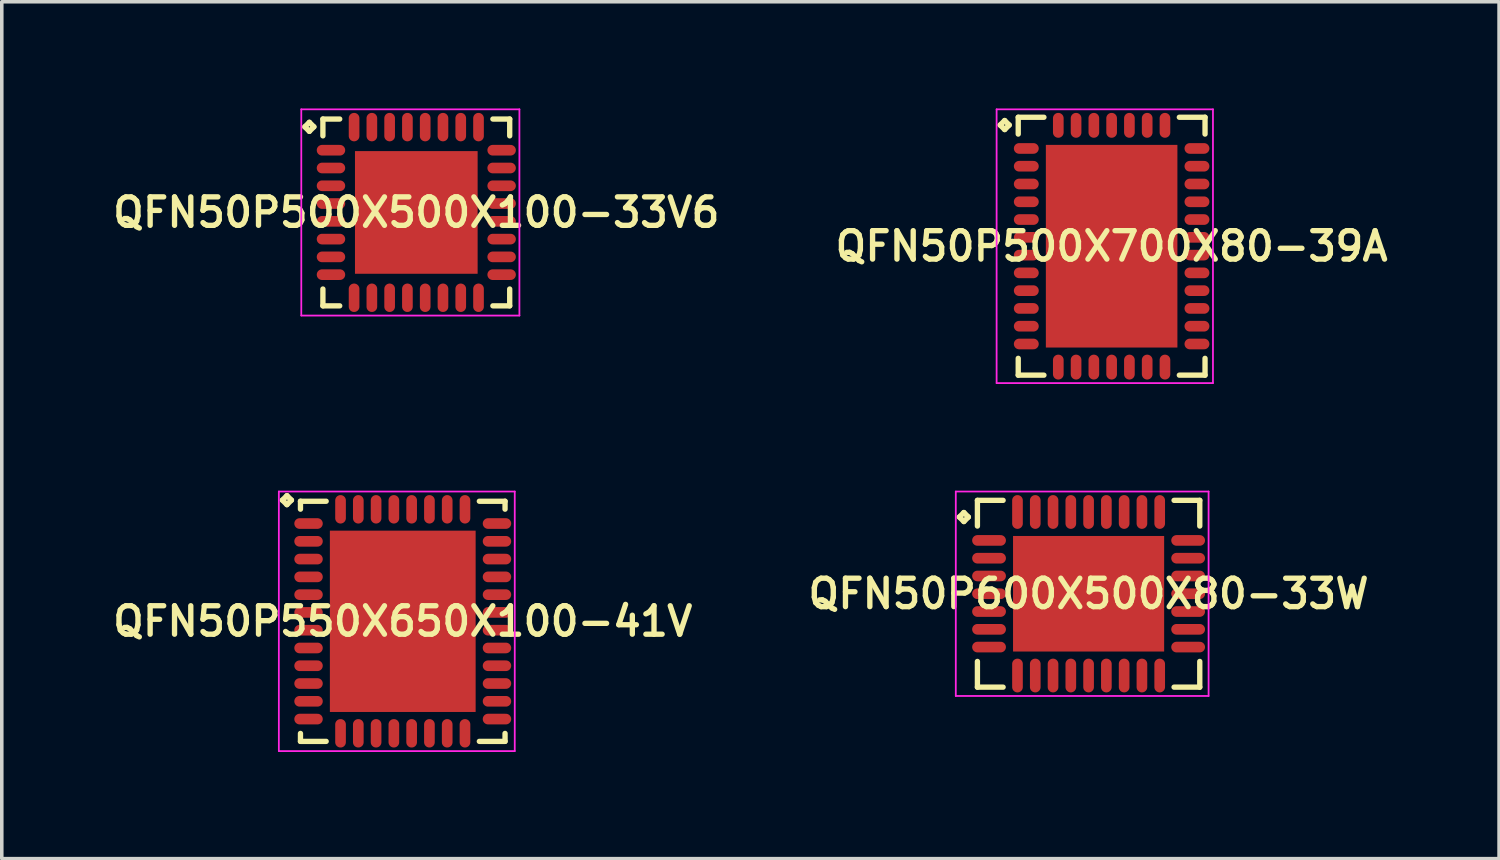
<source format=kicad_pcb>
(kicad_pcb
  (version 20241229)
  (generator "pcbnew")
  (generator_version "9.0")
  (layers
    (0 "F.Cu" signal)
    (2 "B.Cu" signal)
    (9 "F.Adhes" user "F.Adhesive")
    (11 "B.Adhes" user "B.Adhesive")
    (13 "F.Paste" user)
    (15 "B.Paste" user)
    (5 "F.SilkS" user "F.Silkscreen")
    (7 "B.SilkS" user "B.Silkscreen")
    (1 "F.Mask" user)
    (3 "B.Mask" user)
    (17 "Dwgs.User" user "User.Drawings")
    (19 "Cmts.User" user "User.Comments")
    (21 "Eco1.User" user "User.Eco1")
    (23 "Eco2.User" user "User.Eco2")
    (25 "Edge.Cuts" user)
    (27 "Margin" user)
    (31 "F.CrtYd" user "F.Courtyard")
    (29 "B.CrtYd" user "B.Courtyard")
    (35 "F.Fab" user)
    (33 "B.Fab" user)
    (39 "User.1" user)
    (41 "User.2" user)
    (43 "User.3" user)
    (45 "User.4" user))
  (footprint "QFN50P600X500X80-33W"
    (layer "F.Cu")
    (at 27.568 13.65)
    (property "Reference" "QFN50P600X500X80-33W" (at 0 0 0) (layer "F.SilkS") (effects (font (size 0.8 0.8) (thickness 0.15))))
    (attr smd)
    (fp_line (start -3.635 -2.158) (end -3.508 -2.285) (stroke (width 0.15) (type solid)) (layer "F.SilkS"))
    (fp_line (start -3.508 -2.285) (end -3.381 -2.158) (stroke (width 0.15) (type solid)) (layer "F.SilkS"))
    (fp_line (start -3.508 -2.031) (end -3.635 -2.158) (stroke (width 0.15) (type solid)) (layer "F.SilkS"))
    (fp_line (start -3.381 -2.158) (end -3.508 -2.031) (stroke (width 0.15) (type solid)) (layer "F.SilkS"))
    (fp_line (start -3.127 -2.627) (end -2.404 -2.627) (stroke (width 0.15) (type solid)) (layer "F.SilkS"))
    (fp_line (start -3.127 -1.904) (end -3.127 -2.627) (stroke (width 0.15) (type solid)) (layer "F.SilkS"))
    (fp_line (start -3.127 1.904) (end -3.127 2.627) (stroke (width 0.15) (type solid)) (layer "F.SilkS"))
    (fp_line (start -3.127 2.627) (end -2.404 2.627) (stroke (width 0.15) (type solid)) (layer "F.SilkS"))
    (fp_line (start 2.404 -2.627) (end 3.127 -2.627) (stroke (width 0.15) (type solid)) (layer "F.SilkS"))
    (fp_line (start 2.404 2.627) (end 3.127 2.627) (stroke (width 0.15) (type solid)) (layer "F.SilkS"))
    (fp_line (start 3.127 -2.627) (end 3.127 -1.904) (stroke (width 0.15) (type solid)) (layer "F.SilkS"))
    (fp_line (start 3.127 2.627) (end 3.127 1.904) (stroke (width 0.15) (type solid)) (layer "F.SilkS"))
    (fp_line (start -3.735 -2.875) (end 3.375 -2.875) (stroke (width 0.05) (type solid)) (layer "F.CrtYd"))
    (fp_line (start -3.735 2.875) (end -3.735 -2.875) (stroke (width 0.05) (type solid)) (layer "F.CrtYd"))
    (fp_line (start 3.375 -2.875) (end 3.375 2.875) (stroke (width 0.05) (type solid)) (layer "F.CrtYd"))
    (fp_line (start 3.375 2.875) (end -3.735 2.875) (stroke (width 0.05) (type solid)) (layer "F.CrtYd"))
    (pad "1" smd oval (at -2.8 -1.5) (size 0.95 0.3) (layers "F.Cu" "F.Mask" "F.Paste"))
    (pad "2" smd oval (at -2.8 -1) (size 0.95 0.3) (layers "F.Cu" "F.Mask" "F.Paste"))
    (pad "3" smd oval (at -2.8 -0.5) (size 0.95 0.3) (layers "F.Cu" "F.Mask" "F.Paste"))
    (pad "4" smd oval (at -2.8 0) (size 0.95 0.3) (layers "F.Cu" "F.Mask" "F.Paste"))
    (pad "5" smd oval (at -2.8 0.5) (size 0.95 0.3) (layers "F.Cu" "F.Mask" "F.Paste"))
    (pad "6" smd oval (at -2.8 1) (size 0.95 0.3) (layers "F.Cu" "F.Mask" "F.Paste"))
    (pad "7" smd oval (at -2.8 1.5) (size 0.95 0.3) (layers "F.Cu" "F.Mask" "F.Paste"))
    (pad "8" smd oval (at -2 2.3) (size 0.3 0.95) (layers "F.Cu" "F.Mask" "F.Paste"))
    (pad "9" smd oval (at -1.5 2.3) (size 0.3 0.95) (layers "F.Cu" "F.Mask" "F.Paste"))
    (pad "10" smd oval (at -1 2.3) (size 0.3 0.95) (layers "F.Cu" "F.Mask" "F.Paste"))
    (pad "11" smd oval (at -0.5 2.3) (size 0.3 0.95) (layers "F.Cu" "F.Mask" "F.Paste"))
    (pad "12" smd oval (at 0 2.3) (size 0.3 0.95) (layers "F.Cu" "F.Mask" "F.Paste"))
    (pad "13" smd oval (at 0.5 2.3) (size 0.3 0.95) (layers "F.Cu" "F.Mask" "F.Paste"))
    (pad "14" smd oval (at 1 2.3) (size 0.3 0.95) (layers "F.Cu" "F.Mask" "F.Paste"))
    (pad "15" smd oval (at 1.5 2.3) (size 0.3 0.95) (layers "F.Cu" "F.Mask" "F.Paste"))
    (pad "16" smd oval (at 2 2.3) (size 0.3 0.95) (layers "F.Cu" "F.Mask" "F.Paste"))
    (pad "17" smd oval (at 2.8 1.5) (size 0.95 0.3) (layers "F.Cu" "F.Mask" "F.Paste"))
    (pad "18" smd oval (at 2.8 1) (size 0.95 0.3) (layers "F.Cu" "F.Mask" "F.Paste"))
    (pad "19" smd oval (at 2.8 0.5) (size 0.95 0.3) (layers "F.Cu" "F.Mask" "F.Paste"))
    (pad "20" smd oval (at 2.8 0) (size 0.95 0.3) (layers "F.Cu" "F.Mask" "F.Paste"))
    (pad "21" smd oval (at 2.8 -0.5) (size 0.95 0.3) (layers "F.Cu" "F.Mask" "F.Paste"))
    (pad "22" smd oval (at 2.8 -1) (size 0.95 0.3) (layers "F.Cu" "F.Mask" "F.Paste"))
    (pad "23" smd oval (at 2.8 -1.5) (size 0.95 0.3) (layers "F.Cu" "F.Mask" "F.Paste"))
    (pad "24" smd oval (at 2 -2.3) (size 0.3 0.95) (layers "F.Cu" "F.Mask" "F.Paste"))
    (pad "25" smd oval (at 1.5 -2.3) (size 0.3 0.95) (layers "F.Cu" "F.Mask" "F.Paste"))
    (pad "26" smd oval (at 1 -2.3) (size 0.3 0.95) (layers "F.Cu" "F.Mask" "F.Paste"))
    (pad "27" smd oval (at 0.5 -2.3) (size 0.3 0.95) (layers "F.Cu" "F.Mask" "F.Paste"))
    (pad "28" smd oval (at 0 -2.3) (size 0.3 0.95) (layers "F.Cu" "F.Mask" "F.Paste"))
    (pad "29" smd oval (at -0.5 -2.3) (size 0.3 0.95) (layers "F.Cu" "F.Mask" "F.Paste"))
    (pad "30" smd oval (at -1 -2.3) (size 0.3 0.95) (layers "F.Cu" "F.Mask" "F.Paste"))
    (pad "31" smd oval (at -1.5 -2.3) (size 0.3 0.95) (layers "F.Cu" "F.Mask" "F.Paste"))
    (pad "32" smd oval (at -2 -2.3) (size 0.3 0.95) (layers "F.Cu" "F.Mask" "F.Paste"))
    (pad "33" smd rect (at 0 0) (size 4.25 3.25) (layers "F.Cu" "F.Mask" "F.Paste")))
  (footprint "QFN50P500X500X100-33V6"
    (layer "F.Cu")
    (at 8.659 2.925)
    (property "Reference" "QFN50P500X500X100-33V6" (at 0 0 0) (layer "F.SilkS") (effects (font (size 0.8 0.8) (thickness 0.15))))
    (attr smd)
    (fp_line (start -3.135 -2.408) (end -3.008 -2.535) (stroke (width 0.15) (type solid)) (layer "F.SilkS"))
    (fp_line (start -3.008 -2.535) (end -2.881 -2.408) (stroke (width 0.15) (type solid)) (layer "F.SilkS"))
    (fp_line (start -3.008 -2.281) (end -3.135 -2.408) (stroke (width 0.15) (type solid)) (layer "F.SilkS"))
    (fp_line (start -2.881 -2.408) (end -3.008 -2.281) (stroke (width 0.15) (type solid)) (layer "F.SilkS"))
    (fp_line (start -2.627 -2.627) (end -2.154 -2.627) (stroke (width 0.15) (type solid)) (layer "F.SilkS"))
    (fp_line (start -2.627 -2.154) (end -2.627 -2.627) (stroke (width 0.15) (type solid)) (layer "F.SilkS"))
    (fp_line (start -2.627 2.154) (end -2.627 2.627) (stroke (width 0.15) (type solid)) (layer "F.SilkS"))
    (fp_line (start -2.627 2.627) (end -2.154 2.627) (stroke (width 0.15) (type solid)) (layer "F.SilkS"))
    (fp_line (start 2.154 -2.627) (end 2.627 -2.627) (stroke (width 0.15) (type solid)) (layer "F.SilkS"))
    (fp_line (start 2.154 2.627) (end 2.627 2.627) (stroke (width 0.15) (type solid)) (layer "F.SilkS"))
    (fp_line (start 2.627 -2.627) (end 2.627 -2.154) (stroke (width 0.15) (type solid)) (layer "F.SilkS"))
    (fp_line (start 2.627 2.627) (end 2.627 2.154) (stroke (width 0.15) (type solid)) (layer "F.SilkS"))
    (fp_line (start -3.235 -2.9) (end 2.9 -2.9) (stroke (width 0.05) (type solid)) (layer "F.CrtYd"))
    (fp_line (start -3.235 2.9) (end -3.235 -2.9) (stroke (width 0.05) (type solid)) (layer "F.CrtYd"))
    (fp_line (start 2.9 -2.9) (end 2.9 2.9) (stroke (width 0.05) (type solid)) (layer "F.CrtYd"))
    (fp_line (start 2.9 2.9) (end -3.235 2.9) (stroke (width 0.05) (type solid)) (layer "F.CrtYd"))
    (pad "1" smd oval (at -2.4 -1.75) (size 0.8 0.3) (layers "F.Cu" "F.Mask" "F.Paste"))
    (pad "2" smd oval (at -2.4 -1.25) (size 0.8 0.3) (layers "F.Cu" "F.Mask" "F.Paste"))
    (pad "3" smd oval (at -2.4 -0.75) (size 0.8 0.3) (layers "F.Cu" "F.Mask" "F.Paste"))
    (pad "4" smd oval (at -2.4 -0.25) (size 0.8 0.3) (layers "F.Cu" "F.Mask" "F.Paste"))
    (pad "5" smd oval (at -2.4 0.25) (size 0.8 0.3) (layers "F.Cu" "F.Mask" "F.Paste"))
    (pad "6" smd oval (at -2.4 0.75) (size 0.8 0.3) (layers "F.Cu" "F.Mask" "F.Paste"))
    (pad "7" smd oval (at -2.4 1.25) (size 0.8 0.3) (layers "F.Cu" "F.Mask" "F.Paste"))
    (pad "8" smd oval (at -2.4 1.75) (size 0.8 0.3) (layers "F.Cu" "F.Mask" "F.Paste"))
    (pad "9" smd oval (at -1.75 2.4) (size 0.3 0.8) (layers "F.Cu" "F.Mask" "F.Paste"))
    (pad "10" smd oval (at -1.25 2.4) (size 0.3 0.8) (layers "F.Cu" "F.Mask" "F.Paste"))
    (pad "11" smd oval (at -0.75 2.4) (size 0.3 0.8) (layers "F.Cu" "F.Mask" "F.Paste"))
    (pad "12" smd oval (at -0.25 2.4) (size 0.3 0.8) (layers "F.Cu" "F.Mask" "F.Paste"))
    (pad "13" smd oval (at 0.25 2.4) (size 0.3 0.8) (layers "F.Cu" "F.Mask" "F.Paste"))
    (pad "14" smd oval (at 0.75 2.4) (size 0.3 0.8) (layers "F.Cu" "F.Mask" "F.Paste"))
    (pad "15" smd oval (at 1.25 2.4) (size 0.3 0.8) (layers "F.Cu" "F.Mask" "F.Paste"))
    (pad "16" smd oval (at 1.75 2.4) (size 0.3 0.8) (layers "F.Cu" "F.Mask" "F.Paste"))
    (pad "17" smd oval (at 2.4 1.75) (size 0.8 0.3) (layers "F.Cu" "F.Mask" "F.Paste"))
    (pad "18" smd oval (at 2.4 1.25) (size 0.8 0.3) (layers "F.Cu" "F.Mask" "F.Paste"))
    (pad "19" smd oval (at 2.4 0.75) (size 0.8 0.3) (layers "F.Cu" "F.Mask" "F.Paste"))
    (pad "20" smd oval (at 2.4 0.25) (size 0.8 0.3) (layers "F.Cu" "F.Mask" "F.Paste"))
    (pad "21" smd oval (at 2.4 -0.25) (size 0.8 0.3) (layers "F.Cu" "F.Mask" "F.Paste"))
    (pad "22" smd oval (at 2.4 -0.75) (size 0.8 0.3) (layers "F.Cu" "F.Mask" "F.Paste"))
    (pad "23" smd oval (at 2.4 -1.25) (size 0.8 0.3) (layers "F.Cu" "F.Mask" "F.Paste"))
    (pad "24" smd oval (at 2.4 -1.75) (size 0.8 0.3) (layers "F.Cu" "F.Mask" "F.Paste"))
    (pad "25" smd oval (at 1.75 -2.4) (size 0.3 0.8) (layers "F.Cu" "F.Mask" "F.Paste"))
    (pad "26" smd oval (at 1.25 -2.4) (size 0.3 0.8) (layers "F.Cu" "F.Mask" "F.Paste"))
    (pad "27" smd oval (at 0.75 -2.4) (size 0.3 0.8) (layers "F.Cu" "F.Mask" "F.Paste"))
    (pad "28" smd oval (at 0.25 -2.4) (size 0.3 0.8) (layers "F.Cu" "F.Mask" "F.Paste"))
    (pad "29" smd oval (at -0.25 -2.4) (size 0.3 0.8) (layers "F.Cu" "F.Mask" "F.Paste"))
    (pad "30" smd oval (at -0.75 -2.4) (size 0.3 0.8) (layers "F.Cu" "F.Mask" "F.Paste"))
    (pad "31" smd oval (at -1.25 -2.4) (size 0.3 0.8) (layers "F.Cu" "F.Mask" "F.Paste"))
    (pad "32" smd oval (at -1.75 -2.4) (size 0.3 0.8) (layers "F.Cu" "F.Mask" "F.Paste"))
    (pad "33" smd rect (at 0 0) (size 3.45 3.45) (layers "F.Cu" "F.Mask" "F.Paste")))
  (footprint "QFN50P500X700X80-39A"
    (layer "F.Cu")
    (at 28.216 3.875)
    (property "Reference" "QFN50P500X700X80-39A" (at 0 0 0) (layer "F.SilkS") (effects (font (size 0.8 0.8) (thickness 0.15))))
    (attr smd)
    (fp_line (start -3.135 -3.408) (end -3.008 -3.535) (stroke (width 0.15) (type solid)) (layer "F.SilkS"))
    (fp_line (start -3.008 -3.535) (end -2.881 -3.408) (stroke (width 0.15) (type solid)) (layer "F.SilkS"))
    (fp_line (start -3.008 -3.281) (end -3.135 -3.408) (stroke (width 0.15) (type solid)) (layer "F.SilkS"))
    (fp_line (start -2.881 -3.408) (end -3.008 -3.281) (stroke (width 0.15) (type solid)) (layer "F.SilkS"))
    (fp_line (start -2.627 -3.627) (end -1.904 -3.627) (stroke (width 0.15) (type solid)) (layer "F.SilkS"))
    (fp_line (start -2.627 -3.154) (end -2.627 -3.627) (stroke (width 0.15) (type solid)) (layer "F.SilkS"))
    (fp_line (start -2.627 3.154) (end -2.627 3.627) (stroke (width 0.15) (type solid)) (layer "F.SilkS"))
    (fp_line (start -2.627 3.627) (end -1.904 3.627) (stroke (width 0.15) (type solid)) (layer "F.SilkS"))
    (fp_line (start 1.904 -3.627) (end 2.627 -3.627) (stroke (width 0.15) (type solid)) (layer "F.SilkS"))
    (fp_line (start 1.904 3.627) (end 2.627 3.627) (stroke (width 0.15) (type solid)) (layer "F.SilkS"))
    (fp_line (start 2.627 -3.627) (end 2.627 -3.154) (stroke (width 0.15) (type solid)) (layer "F.SilkS"))
    (fp_line (start 2.627 3.627) (end 2.627 3.154) (stroke (width 0.15) (type solid)) (layer "F.SilkS"))
    (fp_line (start -3.235 -3.85) (end 2.85 -3.85) (stroke (width 0.05) (type solid)) (layer "F.CrtYd"))
    (fp_line (start -3.235 3.85) (end -3.235 -3.85) (stroke (width 0.05) (type solid)) (layer "F.CrtYd"))
    (fp_line (start 2.85 -3.85) (end 2.85 3.85) (stroke (width 0.05) (type solid)) (layer "F.CrtYd"))
    (fp_line (start 2.85 3.85) (end -3.235 3.85) (stroke (width 0.05) (type solid)) (layer "F.CrtYd"))
    (pad "1" smd oval (at -2.4 -2.75) (size 0.7 0.3) (layers "F.Cu" "F.Mask" "F.Paste"))
    (pad "2" smd oval (at -2.4 -2.25) (size 0.7 0.3) (layers "F.Cu" "F.Mask" "F.Paste"))
    (pad "3" smd oval (at -2.4 -1.75) (size 0.7 0.3) (layers "F.Cu" "F.Mask" "F.Paste"))
    (pad "4" smd oval (at -2.4 -1.25) (size 0.7 0.3) (layers "F.Cu" "F.Mask" "F.Paste"))
    (pad "5" smd oval (at -2.4 -0.75) (size 0.7 0.3) (layers "F.Cu" "F.Mask" "F.Paste"))
    (pad "6" smd oval (at -2.4 -0.25) (size 0.7 0.3) (layers "F.Cu" "F.Mask" "F.Paste"))
    (pad "7" smd oval (at -2.4 0.25) (size 0.7 0.3) (layers "F.Cu" "F.Mask" "F.Paste"))
    (pad "8" smd oval (at -2.4 0.75) (size 0.7 0.3) (layers "F.Cu" "F.Mask" "F.Paste"))
    (pad "9" smd oval (at -2.4 1.25) (size 0.7 0.3) (layers "F.Cu" "F.Mask" "F.Paste"))
    (pad "10" smd oval (at -2.4 1.75) (size 0.7 0.3) (layers "F.Cu" "F.Mask" "F.Paste"))
    (pad "11" smd oval (at -2.4 2.25) (size 0.7 0.3) (layers "F.Cu" "F.Mask" "F.Paste"))
    (pad "12" smd oval (at -2.4 2.75) (size 0.7 0.3) (layers "F.Cu" "F.Mask" "F.Paste"))
    (pad "13" smd oval (at -1.5 3.4) (size 0.3 0.7) (layers "F.Cu" "F.Mask" "F.Paste"))
    (pad "14" smd oval (at -1 3.4) (size 0.3 0.7) (layers "F.Cu" "F.Mask" "F.Paste"))
    (pad "15" smd oval (at -0.5 3.4) (size 0.3 0.7) (layers "F.Cu" "F.Mask" "F.Paste"))
    (pad "16" smd oval (at 0 3.4) (size 0.3 0.7) (layers "F.Cu" "F.Mask" "F.Paste"))
    (pad "17" smd oval (at 0.5 3.4) (size 0.3 0.7) (layers "F.Cu" "F.Mask" "F.Paste"))
    (pad "18" smd oval (at 1 3.4) (size 0.3 0.7) (layers "F.Cu" "F.Mask" "F.Paste"))
    (pad "19" smd oval (at 1.5 3.4) (size 0.3 0.7) (layers "F.Cu" "F.Mask" "F.Paste"))
    (pad "20" smd oval (at 2.4 2.75) (size 0.7 0.3) (layers "F.Cu" "F.Mask" "F.Paste"))
    (pad "21" smd oval (at 2.4 2.25) (size 0.7 0.3) (layers "F.Cu" "F.Mask" "F.Paste"))
    (pad "22" smd oval (at 2.4 1.75) (size 0.7 0.3) (layers "F.Cu" "F.Mask" "F.Paste"))
    (pad "23" smd oval (at 2.4 1.25) (size 0.7 0.3) (layers "F.Cu" "F.Mask" "F.Paste"))
    (pad "24" smd oval (at 2.4 0.75) (size 0.7 0.3) (layers "F.Cu" "F.Mask" "F.Paste"))
    (pad "25" smd oval (at 2.4 0.25) (size 0.7 0.3) (layers "F.Cu" "F.Mask" "F.Paste"))
    (pad "26" smd oval (at 2.4 -0.25) (size 0.7 0.3) (layers "F.Cu" "F.Mask" "F.Paste"))
    (pad "27" smd oval (at 2.4 -0.75) (size 0.7 0.3) (layers "F.Cu" "F.Mask" "F.Paste"))
    (pad "28" smd oval (at 2.4 -1.25) (size 0.7 0.3) (layers "F.Cu" "F.Mask" "F.Paste"))
    (pad "29" smd oval (at 2.4 -1.75) (size 0.7 0.3) (layers "F.Cu" "F.Mask" "F.Paste"))
    (pad "30" smd oval (at 2.4 -2.25) (size 0.7 0.3) (layers "F.Cu" "F.Mask" "F.Paste"))
    (pad "31" smd oval (at 2.4 -2.75) (size 0.7 0.3) (layers "F.Cu" "F.Mask" "F.Paste"))
    (pad "32" smd oval (at 1.5 -3.4) (size 0.3 0.7) (layers "F.Cu" "F.Mask" "F.Paste"))
    (pad "33" smd oval (at 1 -3.4) (size 0.3 0.7) (layers "F.Cu" "F.Mask" "F.Paste"))
    (pad "34" smd oval (at 0.5 -3.4) (size 0.3 0.7) (layers "F.Cu" "F.Mask" "F.Paste"))
    (pad "35" smd oval (at 0 -3.4) (size 0.3 0.7) (layers "F.Cu" "F.Mask" "F.Paste"))
    (pad "36" smd oval (at -0.5 -3.4) (size 0.3 0.7) (layers "F.Cu" "F.Mask" "F.Paste"))
    (pad "37" smd oval (at -1 -3.4) (size 0.3 0.7) (layers "F.Cu" "F.Mask" "F.Paste"))
    (pad "38" smd oval (at -1.5 -3.4) (size 0.3 0.7) (layers "F.Cu" "F.Mask" "F.Paste"))
    (pad "39" smd rect (at 0 0) (size 3.7 5.7) (layers "F.Cu" "F.Mask" "F.Paste")))
  (footprint "QFN50P550X650X100-41V"
    (layer "F.Cu")
    (at 8.278 14.425)
    (property "Reference" "QFN50P550X650X100-41V" (at 0 0 0) (layer "F.SilkS") (effects (font (size 0.8 0.8) (thickness 0.15))))
    (attr smd)
    (fp_line (start -3.385 -3.408) (end -3.258 -3.535) (stroke (width 0.15) (type solid)) (layer "F.SilkS"))
    (fp_line (start -3.258 -3.535) (end -3.131 -3.408) (stroke (width 0.15) (type solid)) (layer "F.SilkS"))
    (fp_line (start -3.258 -3.281) (end -3.385 -3.408) (stroke (width 0.15) (type solid)) (layer "F.SilkS"))
    (fp_line (start -3.131 -3.408) (end -3.258 -3.281) (stroke (width 0.15) (type solid)) (layer "F.SilkS"))
    (fp_line (start -2.877 -3.377) (end -2.154 -3.377) (stroke (width 0.15) (type solid)) (layer "F.SilkS"))
    (fp_line (start -2.877 -3.154) (end -2.877 -3.377) (stroke (width 0.15) (type solid)) (layer "F.SilkS"))
    (fp_line (start -2.877 3.154) (end -2.877 3.377) (stroke (width 0.15) (type solid)) (layer "F.SilkS"))
    (fp_line (start -2.877 3.377) (end -2.154 3.377) (stroke (width 0.15) (type solid)) (layer "F.SilkS"))
    (fp_line (start 2.154 -3.377) (end 2.877 -3.377) (stroke (width 0.15) (type solid)) (layer "F.SilkS"))
    (fp_line (start 2.154 3.377) (end 2.877 3.377) (stroke (width 0.15) (type solid)) (layer "F.SilkS"))
    (fp_line (start 2.877 -3.377) (end 2.877 -3.154) (stroke (width 0.15) (type solid)) (layer "F.SilkS"))
    (fp_line (start 2.877 3.377) (end 2.877 3.154) (stroke (width 0.15) (type solid)) (layer "F.SilkS"))
    (fp_line (start -3.485 -3.65) (end 3.15 -3.65) (stroke (width 0.05) (type solid)) (layer "F.CrtYd"))
    (fp_line (start -3.485 3.65) (end -3.485 -3.65) (stroke (width 0.05) (type solid)) (layer "F.CrtYd"))
    (fp_line (start 3.15 -3.65) (end 3.15 3.65) (stroke (width 0.05) (type solid)) (layer "F.CrtYd"))
    (fp_line (start 3.15 3.65) (end -3.485 3.65) (stroke (width 0.05) (type solid)) (layer "F.CrtYd"))
    (pad "1" smd oval (at -2.65 -2.75) (size 0.8 0.3) (layers "F.Cu" "F.Mask" "F.Paste"))
    (pad "2" smd oval (at -2.65 -2.25) (size 0.8 0.3) (layers "F.Cu" "F.Mask" "F.Paste"))
    (pad "3" smd oval (at -2.65 -1.75) (size 0.8 0.3) (layers "F.Cu" "F.Mask" "F.Paste"))
    (pad "4" smd oval (at -2.65 -1.25) (size 0.8 0.3) (layers "F.Cu" "F.Mask" "F.Paste"))
    (pad "5" smd oval (at -2.65 -0.75) (size 0.8 0.3) (layers "F.Cu" "F.Mask" "F.Paste"))
    (pad "6" smd oval (at -2.65 -0.25) (size 0.8 0.3) (layers "F.Cu" "F.Mask" "F.Paste"))
    (pad "7" smd oval (at -2.65 0.25) (size 0.8 0.3) (layers "F.Cu" "F.Mask" "F.Paste"))
    (pad "8" smd oval (at -2.65 0.75) (size 0.8 0.3) (layers "F.Cu" "F.Mask" "F.Paste"))
    (pad "9" smd oval (at -2.65 1.25) (size 0.8 0.3) (layers "F.Cu" "F.Mask" "F.Paste"))
    (pad "10" smd oval (at -2.65 1.75) (size 0.8 0.3) (layers "F.Cu" "F.Mask" "F.Paste"))
    (pad "11" smd oval (at -2.65 2.25) (size 0.8 0.3) (layers "F.Cu" "F.Mask" "F.Paste"))
    (pad "12" smd oval (at -2.65 2.75) (size 0.8 0.3) (layers "F.Cu" "F.Mask" "F.Paste"))
    (pad "13" smd oval (at -1.75 3.15) (size 0.3 0.8) (layers "F.Cu" "F.Mask" "F.Paste"))
    (pad "14" smd oval (at -1.25 3.15) (size 0.3 0.8) (layers "F.Cu" "F.Mask" "F.Paste"))
    (pad "15" smd oval (at -0.75 3.15) (size 0.3 0.8) (layers "F.Cu" "F.Mask" "F.Paste"))
    (pad "16" smd oval (at -0.25 3.15) (size 0.3 0.8) (layers "F.Cu" "F.Mask" "F.Paste"))
    (pad "17" smd oval (at 0.25 3.15) (size 0.3 0.8) (layers "F.Cu" "F.Mask" "F.Paste"))
    (pad "18" smd oval (at 0.75 3.15) (size 0.3 0.8) (layers "F.Cu" "F.Mask" "F.Paste"))
    (pad "19" smd oval (at 1.25 3.15) (size 0.3 0.8) (layers "F.Cu" "F.Mask" "F.Paste"))
    (pad "20" smd oval (at 1.75 3.15) (size 0.3 0.8) (layers "F.Cu" "F.Mask" "F.Paste"))
    (pad "21" smd oval (at 2.65 2.75) (size 0.8 0.3) (layers "F.Cu" "F.Mask" "F.Paste"))
    (pad "22" smd oval (at 2.65 2.25) (size 0.8 0.3) (layers "F.Cu" "F.Mask" "F.Paste"))
    (pad "23" smd oval (at 2.65 1.75) (size 0.8 0.3) (layers "F.Cu" "F.Mask" "F.Paste"))
    (pad "24" smd oval (at 2.65 1.25) (size 0.8 0.3) (layers "F.Cu" "F.Mask" "F.Paste"))
    (pad "25" smd oval (at 2.65 0.75) (size 0.8 0.3) (layers "F.Cu" "F.Mask" "F.Paste"))
    (pad "26" smd oval (at 2.65 0.25) (size 0.8 0.3) (layers "F.Cu" "F.Mask" "F.Paste"))
    (pad "27" smd oval (at 2.65 -0.25) (size 0.8 0.3) (layers "F.Cu" "F.Mask" "F.Paste"))
    (pad "28" smd oval (at 2.65 -0.75) (size 0.8 0.3) (layers "F.Cu" "F.Mask" "F.Paste"))
    (pad "29" smd oval (at 2.65 -1.25) (size 0.8 0.3) (layers "F.Cu" "F.Mask" "F.Paste"))
    (pad "30" smd oval (at 2.65 -1.75) (size 0.8 0.3) (layers "F.Cu" "F.Mask" "F.Paste"))
    (pad "31" smd oval (at 2.65 -2.25) (size 0.8 0.3) (layers "F.Cu" "F.Mask" "F.Paste"))
    (pad "32" smd oval (at 2.65 -2.75) (size 0.8 0.3) (layers "F.Cu" "F.Mask" "F.Paste"))
    (pad "33" smd oval (at 1.75 -3.15) (size 0.3 0.8) (layers "F.Cu" "F.Mask" "F.Paste"))
    (pad "34" smd oval (at 1.25 -3.15) (size 0.3 0.8) (layers "F.Cu" "F.Mask" "F.Paste"))
    (pad "35" smd oval (at 0.75 -3.15) (size 0.3 0.8) (layers "F.Cu" "F.Mask" "F.Paste"))
    (pad "36" smd oval (at 0.25 -3.15) (size 0.3 0.8) (layers "F.Cu" "F.Mask" "F.Paste"))
    (pad "37" smd oval (at -0.25 -3.15) (size 0.3 0.8) (layers "F.Cu" "F.Mask" "F.Paste"))
    (pad "38" smd oval (at -0.75 -3.15) (size 0.3 0.8) (layers "F.Cu" "F.Mask" "F.Paste"))
    (pad "39" smd oval (at -1.25 -3.15) (size 0.3 0.8) (layers "F.Cu" "F.Mask" "F.Paste"))
    (pad "40" smd oval (at -1.75 -3.15) (size 0.3 0.8) (layers "F.Cu" "F.Mask" "F.Paste"))
    (pad "41" smd rect (at 0 0) (size 4.1 5.1) (layers "F.Cu" "F.Mask" "F.Paste")))
  (gr_rect
    (start -3 -3)
    (end 39.113 21.1)
    (stroke (width 0.1) (type default))
    (fill no)
    (layer "Edge.Cuts")))
</source>
